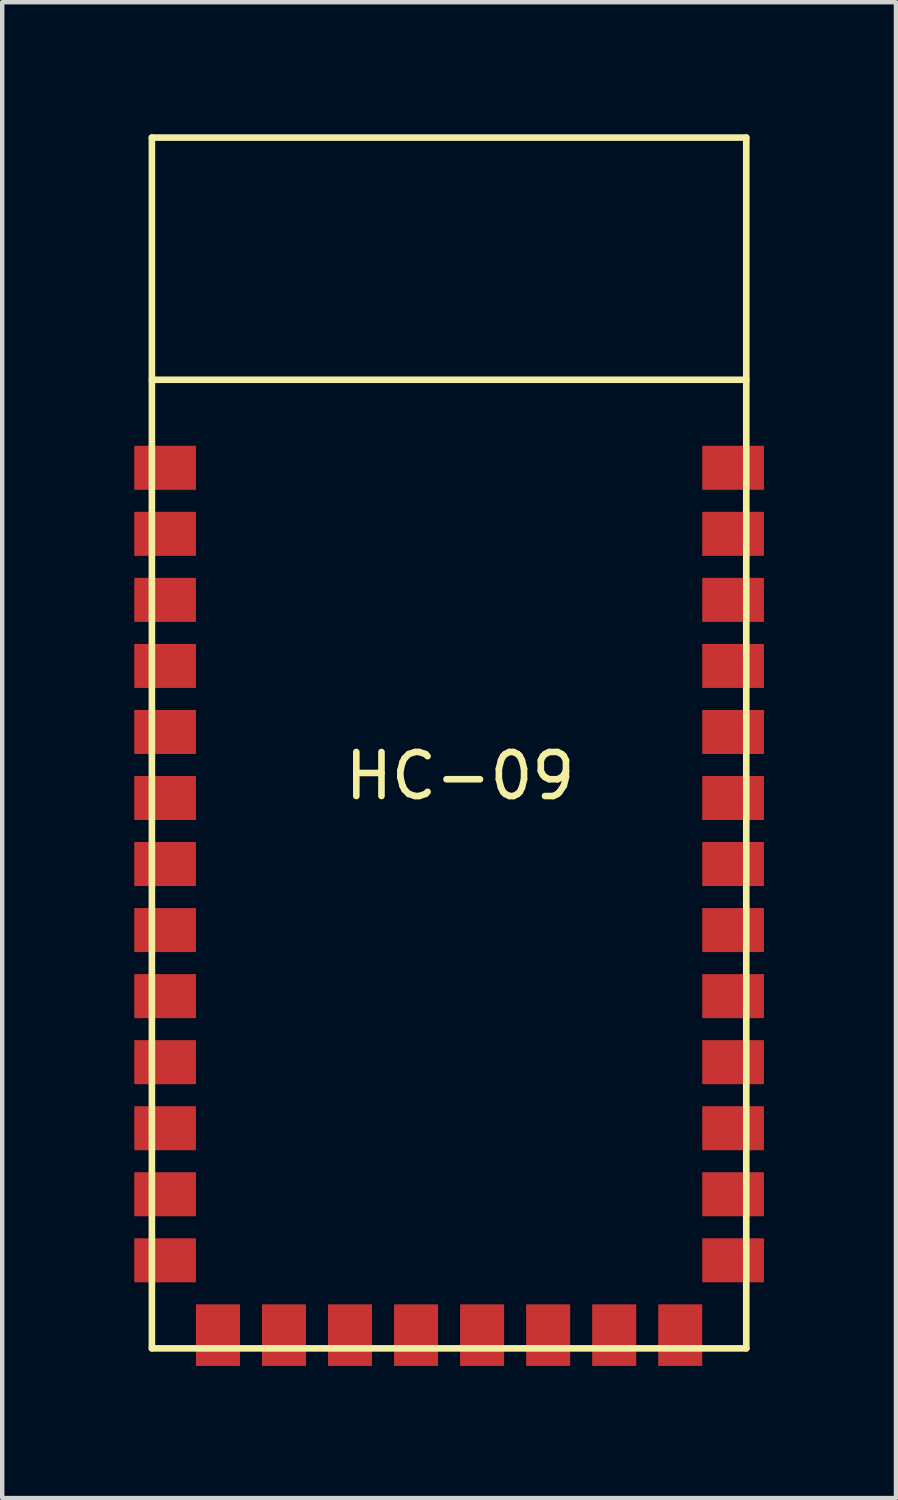
<source format=kicad_pcb>
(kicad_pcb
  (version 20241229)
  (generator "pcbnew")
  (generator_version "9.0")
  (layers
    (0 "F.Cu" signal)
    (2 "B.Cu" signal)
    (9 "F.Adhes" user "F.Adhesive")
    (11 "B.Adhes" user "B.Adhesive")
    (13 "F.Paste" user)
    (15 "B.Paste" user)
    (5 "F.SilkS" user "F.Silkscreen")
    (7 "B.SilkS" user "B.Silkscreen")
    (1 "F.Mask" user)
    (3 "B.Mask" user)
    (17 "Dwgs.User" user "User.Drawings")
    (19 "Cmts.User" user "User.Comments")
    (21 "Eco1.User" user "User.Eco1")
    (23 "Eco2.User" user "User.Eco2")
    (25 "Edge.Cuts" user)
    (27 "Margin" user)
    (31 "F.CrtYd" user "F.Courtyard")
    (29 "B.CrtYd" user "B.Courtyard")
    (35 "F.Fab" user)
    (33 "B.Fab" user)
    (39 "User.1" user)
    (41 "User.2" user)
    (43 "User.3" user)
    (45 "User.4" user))
  (footprint "HC-09"
    (layer "F.Cu")
    (at 0.4 27.575)
    (property "Reference" "HC-09" (at 7 -13 0) (layer "F.SilkS") (effects (font (size 1 1) (thickness 0.15))))
    (attr through_hole)
    (fp_line (start 0 -27.5) (end 0 0) (stroke (width 0.15) (type solid)) (layer "F.SilkS"))
    (fp_line (start 0 -22) (end 13.5 -22) (stroke (width 0.15) (type solid)) (layer "F.SilkS"))
    (fp_line (start 0 0) (end 13.5 0) (stroke (width 0.15) (type solid)) (layer "F.SilkS"))
    (fp_line (start 13.5 -27.5) (end 0 -27.5) (stroke (width 0.15) (type solid)) (layer "F.SilkS"))
    (fp_line (start 13.5 0) (end 13.5 -27.5) (stroke (width 0.15) (type solid)) (layer "F.SilkS"))
    (pad "1" smd rect (at 0 -20) (size 1.4 1) (drill oval (offset 0.3 0)) (layers "F.Cu" "F.Mask" "F.Paste"))
    (pad "2" smd rect (at 0 -18.5) (size 1.4 1) (drill oval (offset 0.3 0)) (layers "F.Cu" "F.Mask" "F.Paste"))
    (pad "3" smd rect (at 0 -17) (size 1.4 1) (drill oval (offset 0.3 0)) (layers "F.Cu" "F.Mask" "F.Paste"))
    (pad "4" smd rect (at 0 -15.5) (size 1.4 1) (drill oval (offset 0.3 0)) (layers "F.Cu" "F.Mask" "F.Paste"))
    (pad "5" smd rect (at 0 -14) (size 1.4 1) (drill oval (offset 0.3 0)) (layers "F.Cu" "F.Mask" "F.Paste"))
    (pad "6" smd rect (at 0 -12.5) (size 1.4 1) (drill oval (offset 0.3 0)) (layers "F.Cu" "F.Mask" "F.Paste"))
    (pad "7" smd rect (at 0 -11) (size 1.4 1) (drill oval (offset 0.3 0)) (layers "F.Cu" "F.Mask" "F.Paste"))
    (pad "8" smd rect (at 0 -9.5) (size 1.4 1) (drill oval (offset 0.3 0)) (layers "F.Cu" "F.Mask" "F.Paste"))
    (pad "9" smd rect (at 0 -8) (size 1.4 1) (drill oval (offset 0.3 0)) (layers "F.Cu" "F.Mask" "F.Paste"))
    (pad "10" smd rect (at 0 -6.5) (size 1.4 1) (drill oval (offset 0.3 0)) (layers "F.Cu" "F.Mask" "F.Paste"))
    (pad "11" smd rect (at 0 -5) (size 1.4 1) (drill oval (offset 0.3 0)) (layers "F.Cu" "F.Mask" "F.Paste"))
    (pad "12" smd rect (at 0 -3.5) (size 1.4 1) (drill oval (offset 0.3 0)) (layers "F.Cu" "F.Mask" "F.Paste"))
    (pad "13" smd rect (at 0 -2) (size 1.4 1) (drill oval (offset 0.3 0)) (layers "F.Cu" "F.Mask" "F.Paste"))
    (pad "14" smd rect (at 1.5 0 270) (size 1.4 1) (drill oval (offset -0.3 0)) (layers "F.Cu" "F.Mask" "F.Paste"))
    (pad "15" smd rect (at 3 0 270) (size 1.4 1) (drill oval (offset -0.3 0)) (layers "F.Cu" "F.Mask" "F.Paste"))
    (pad "16" smd rect (at 4.5 0 270) (size 1.4 1) (drill oval (offset -0.3 0)) (layers "F.Cu" "F.Mask" "F.Paste"))
    (pad "17" smd rect (at 6 0 270) (size 1.4 1) (drill oval (offset -0.3 0)) (layers "F.Cu" "F.Mask" "F.Paste"))
    (pad "18" smd rect (at 7.5 0 270) (size 1.4 1) (drill oval (offset -0.3 0)) (layers "F.Cu" "F.Mask" "F.Paste"))
    (pad "19" smd rect (at 9 0 270) (size 1.4 1) (drill oval (offset -0.3 0)) (layers "F.Cu" "F.Mask" "F.Paste"))
    (pad "20" smd rect (at 10.5 0 270) (size 1.4 1) (drill oval (offset -0.3 0)) (layers "F.Cu" "F.Mask" "F.Paste"))
    (pad "21" smd rect (at 12 0 270) (size 1.4 1) (drill oval (offset -0.3 0)) (layers "F.Cu" "F.Mask" "F.Paste"))
    (pad "22" smd rect (at 13.5 -2) (size 1.4 1) (drill oval (offset -0.3 0)) (layers "F.Cu" "F.Mask" "F.Paste"))
    (pad "23" smd rect (at 13.5 -3.5) (size 1.4 1) (drill oval (offset -0.3 0)) (layers "F.Cu" "F.Mask" "F.Paste"))
    (pad "24" smd rect (at 13.5 -5) (size 1.4 1) (drill oval (offset -0.3 0)) (layers "F.Cu" "F.Mask" "F.Paste"))
    (pad "25" smd rect (at 13.5 -6.5) (size 1.4 1) (drill oval (offset -0.3 0)) (layers "F.Cu" "F.Mask" "F.Paste"))
    (pad "26" smd rect (at 13.5 -8) (size 1.4 1) (drill oval (offset -0.3 0)) (layers "F.Cu" "F.Mask" "F.Paste"))
    (pad "27" smd rect (at 13.5 -9.5) (size 1.4 1) (drill oval (offset -0.3 0)) (layers "F.Cu" "F.Mask" "F.Paste"))
    (pad "28" smd rect (at 13.5 -11) (size 1.4 1) (drill oval (offset -0.3 0)) (layers "F.Cu" "F.Mask" "F.Paste"))
    (pad "29" smd rect (at 13.5 -12.5) (size 1.4 1) (drill oval (offset -0.3 0)) (layers "F.Cu" "F.Mask" "F.Paste"))
    (pad "30" smd rect (at 13.5 -14) (size 1.4 1) (drill oval (offset -0.3 0)) (layers "F.Cu" "F.Mask" "F.Paste"))
    (pad "31" smd rect (at 13.5 -15.5) (size 1.4 1) (drill oval (offset -0.3 0)) (layers "F.Cu" "F.Mask" "F.Paste"))
    (pad "32" smd rect (at 13.5 -17) (size 1.4 1) (drill oval (offset -0.3 0)) (layers "F.Cu" "F.Mask" "F.Paste"))
    (pad "33" smd rect (at 13.5 -18.5) (size 1.4 1) (drill oval (offset -0.3 0)) (layers "F.Cu" "F.Mask" "F.Paste"))
    (pad "34" smd rect (at 13.5 -20) (size 1.4 1) (drill oval (offset -0.3 0)) (layers "F.Cu" "F.Mask" "F.Paste")))
  (gr_rect
    (start -3 -3)
    (end 17.3 30.975)
    (stroke (width 0.1) (type default))
    (fill no)
    (layer "Edge.Cuts")))
</source>
